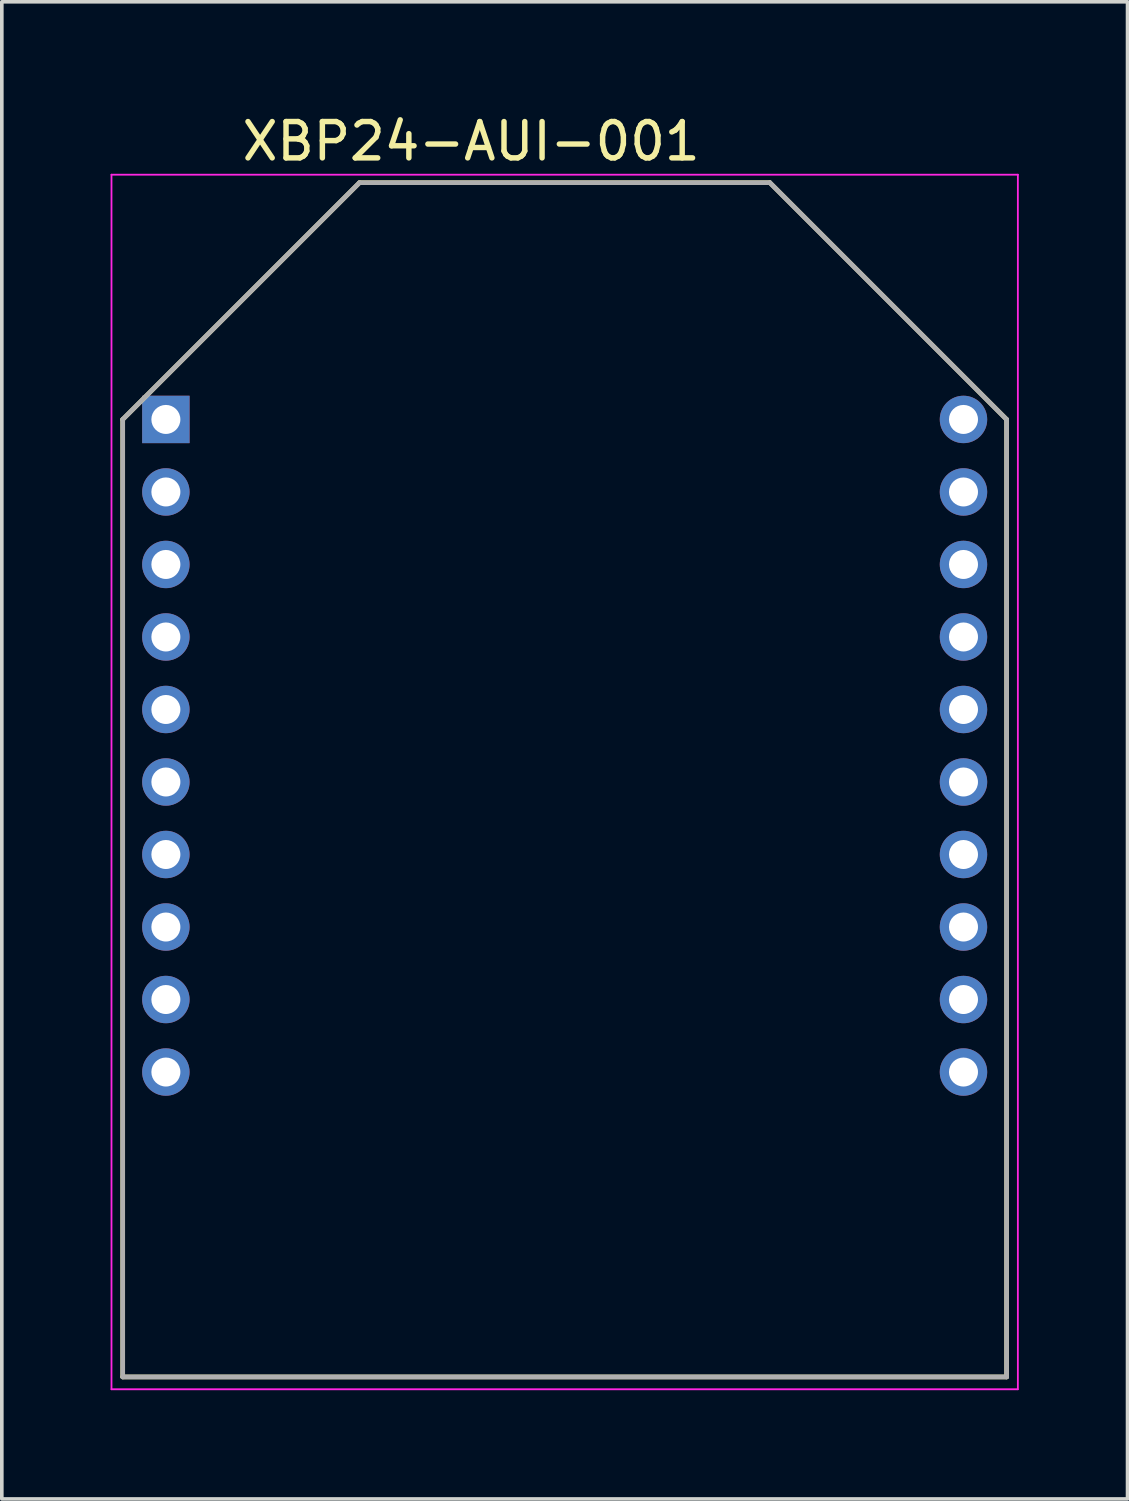
<source format=kicad_pcb>
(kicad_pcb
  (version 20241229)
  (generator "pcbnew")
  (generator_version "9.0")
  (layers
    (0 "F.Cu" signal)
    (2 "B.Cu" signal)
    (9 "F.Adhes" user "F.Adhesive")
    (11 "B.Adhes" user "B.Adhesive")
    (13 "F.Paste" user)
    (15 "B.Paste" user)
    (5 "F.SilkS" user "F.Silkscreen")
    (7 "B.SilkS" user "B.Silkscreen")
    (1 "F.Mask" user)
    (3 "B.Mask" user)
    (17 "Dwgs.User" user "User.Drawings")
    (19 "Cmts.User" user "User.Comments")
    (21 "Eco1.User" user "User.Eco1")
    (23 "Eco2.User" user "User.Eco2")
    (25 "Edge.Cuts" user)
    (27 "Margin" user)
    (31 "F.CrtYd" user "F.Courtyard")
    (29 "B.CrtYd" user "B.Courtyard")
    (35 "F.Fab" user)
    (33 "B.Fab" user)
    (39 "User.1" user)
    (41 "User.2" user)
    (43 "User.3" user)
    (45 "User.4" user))
  (footprint "XBP24-AUI-001"
    (layer "F.Cu")
    (at 12.525 18.459)
    (property "Reference" "XBP24-AUI-001" (at -2.58 -17.61 0) (layer "F.SilkS") (effects (font (size 1.002 1.002) (thickness 0.15))))
    (attr through_hole)
    (fp_line (start -12.19 -9.94) (end -12.19 16.47) (stroke (width 0.127) (type solid)) (layer "F.SilkS"))
    (fp_line (start -12.19 16.47) (end 12.19 16.47) (stroke (width 0.127) (type solid)) (layer "F.SilkS"))
    (fp_line (start -5.66 -16.47) (end -12.19 -9.94) (stroke (width 0.127) (type solid)) (layer "F.SilkS"))
    (fp_line (start 5.66 -16.47) (end -5.66 -16.47) (stroke (width 0.127) (type solid)) (layer "F.SilkS"))
    (fp_line (start 12.19 -9.94) (end 5.66 -16.47) (stroke (width 0.127) (type solid)) (layer "F.SilkS"))
    (fp_line (start 12.19 16.47) (end 12.19 -9.94) (stroke (width 0.127) (type solid)) (layer "F.SilkS"))
    (fp_line (start -12.5 -16.69) (end -12.5 16.81) (stroke (width 0.05) (type solid)) (layer "F.CrtYd"))
    (fp_line (start -12.5 16.81) (end 12.5 16.81) (stroke (width 0.05) (type solid)) (layer "F.CrtYd"))
    (fp_line (start 12.5 -16.69) (end -12.5 -16.69) (stroke (width 0.05) (type solid)) (layer "F.CrtYd"))
    (fp_line (start 12.5 16.81) (end 12.5 -16.69) (stroke (width 0.05) (type solid)) (layer "F.CrtYd"))
    (fp_line (start -12.19 -9.94) (end -12.19 16.47) (stroke (width 0.127) (type solid)) (layer "F.Fab"))
    (fp_line (start -12.19 -9.94) (end -5.66 -16.47) (stroke (width 0.127) (type solid)) (layer "F.Fab"))
    (fp_line (start -12.19 16.47) (end 12.19 16.47) (stroke (width 0.127) (type solid)) (layer "F.Fab"))
    (fp_line (start 5.66 -16.47) (end -5.66 -16.47) (stroke (width 0.127) (type solid)) (layer "F.Fab"))
    (fp_line (start 12.19 -9.94) (end 5.66 -16.47) (stroke (width 0.127) (type solid)) (layer "F.Fab"))
    (fp_line (start 12.19 16.47) (end 12.19 -9.94) (stroke (width 0.127) (type solid)) (layer "F.Fab"))
    (pad "1" thru_hole rect (at -11 -9.94) (size 1.308 1.308) (drill 0.8) (layers "*.Cu" "*.Mask"))
    (pad "2" thru_hole circle (at -11 -7.94) (size 1.308 1.308) (drill 0.8) (layers "*.Cu" "*.Mask"))
    (pad "3" thru_hole circle (at -11 -5.94) (size 1.308 1.308) (drill 0.8) (layers "*.Cu" "*.Mask"))
    (pad "4" thru_hole circle (at -11 -3.94) (size 1.308 1.308) (drill 0.8) (layers "*.Cu" "*.Mask"))
    (pad "5" thru_hole circle (at -11 -1.94) (size 1.308 1.308) (drill 0.8) (layers "*.Cu" "*.Mask"))
    (pad "6" thru_hole circle (at -11 0.06) (size 1.308 1.308) (drill 0.8) (layers "*.Cu" "*.Mask"))
    (pad "7" thru_hole circle (at -11 2.06) (size 1.308 1.308) (drill 0.8) (layers "*.Cu" "*.Mask"))
    (pad "8" thru_hole circle (at -11 4.06) (size 1.308 1.308) (drill 0.8) (layers "*.Cu" "*.Mask"))
    (pad "9" thru_hole circle (at -11 6.06) (size 1.308 1.308) (drill 0.8) (layers "*.Cu" "*.Mask"))
    (pad "10" thru_hole circle (at -11 8.06) (size 1.308 1.308) (drill 0.8) (layers "*.Cu" "*.Mask"))
    (pad "11" thru_hole circle (at 11 8.06) (size 1.308 1.308) (drill 0.8) (layers "*.Cu" "*.Mask"))
    (pad "12" thru_hole circle (at 11 6.06) (size 1.308 1.308) (drill 0.8) (layers "*.Cu" "*.Mask"))
    (pad "13" thru_hole circle (at 11 4.06) (size 1.308 1.308) (drill 0.8) (layers "*.Cu" "*.Mask"))
    (pad "14" thru_hole circle (at 11 2.06) (size 1.308 1.308) (drill 0.8) (layers "*.Cu" "*.Mask"))
    (pad "15" thru_hole circle (at 11 0.06) (size 1.308 1.308) (drill 0.8) (layers "*.Cu" "*.Mask"))
    (pad "16" thru_hole circle (at 11 -1.94) (size 1.308 1.308) (drill 0.8) (layers "*.Cu" "*.Mask"))
    (pad "17" thru_hole circle (at 11 -3.94) (size 1.308 1.308) (drill 0.8) (layers "*.Cu" "*.Mask"))
    (pad "18" thru_hole circle (at 11 -5.94) (size 1.308 1.308) (drill 0.8) (layers "*.Cu" "*.Mask"))
    (pad "19" thru_hole circle (at 11 -7.94) (size 1.308 1.308) (drill 0.8) (layers "*.Cu" "*.Mask"))
    (pad "20" thru_hole circle (at 11 -9.94) (size 1.308 1.308) (drill 0.8) (layers "*.Cu" "*.Mask")))
  (gr_rect
    (start -3 -3)
    (end 28.05 38.294)
    (stroke (width 0.1) (type default))
    (fill no)
    (layer "Edge.Cuts")))
</source>
